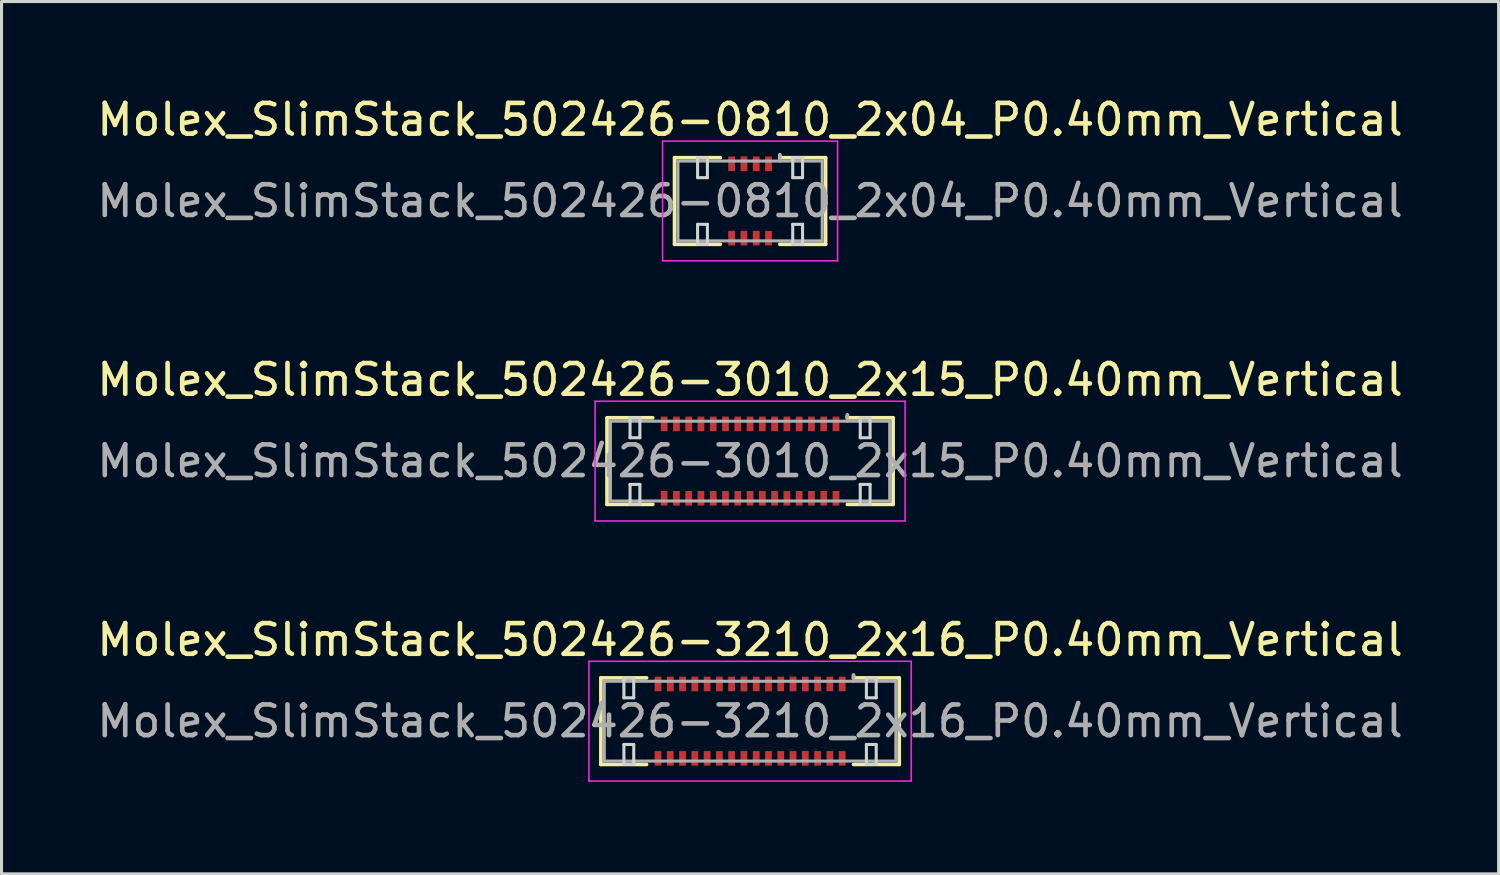
<source format=kicad_pcb>
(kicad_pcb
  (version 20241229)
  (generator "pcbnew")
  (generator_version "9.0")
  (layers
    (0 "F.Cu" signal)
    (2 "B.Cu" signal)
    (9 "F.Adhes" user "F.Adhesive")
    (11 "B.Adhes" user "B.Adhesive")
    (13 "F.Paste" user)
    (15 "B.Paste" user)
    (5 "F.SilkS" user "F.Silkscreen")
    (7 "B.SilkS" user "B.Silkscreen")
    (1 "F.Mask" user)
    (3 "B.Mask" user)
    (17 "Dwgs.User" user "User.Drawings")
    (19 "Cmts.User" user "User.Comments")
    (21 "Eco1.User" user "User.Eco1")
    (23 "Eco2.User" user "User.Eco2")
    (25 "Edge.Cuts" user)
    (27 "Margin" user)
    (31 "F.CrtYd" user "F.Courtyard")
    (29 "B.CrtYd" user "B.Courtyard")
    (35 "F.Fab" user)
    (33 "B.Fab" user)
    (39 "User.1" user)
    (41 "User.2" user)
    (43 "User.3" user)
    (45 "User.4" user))
  (footprint "Molex_SlimStack_502426-3010_2x15_P0.40mm_Vertical"
    (layer "F.Cu")
    (at 21.387 11.972)
    (property "Reference" "Molex_SlimStack_502426-3010_2x15_P0.40mm_Vertical" (at 0 -2.65 0) (layer "F.SilkS") (effects (font (size 1 1) (thickness 0.15))))
    (attr smd)
    (fp_line (start -4.66 -1.41) (end -3.17 -1.41) (stroke (width 0.12) (type solid)) (layer "F.SilkS"))
    (fp_line (start -4.66 1.41) (end -4.66 -1.41) (stroke (width 0.12) (type solid)) (layer "F.SilkS"))
    (fp_line (start -3.17 1.41) (end -4.66 1.41) (stroke (width 0.12) (type solid)) (layer "F.SilkS"))
    (fp_line (start 3.17 -1.41) (end 3.17 -1.5) (stroke (width 0.12) (type solid)) (layer "F.SilkS"))
    (fp_line (start 3.17 1.41) (end 4.66 1.41) (stroke (width 0.12) (type solid)) (layer "F.SilkS"))
    (fp_line (start 4.66 -1.41) (end 3.17 -1.41) (stroke (width 0.12) (type solid)) (layer "F.SilkS"))
    (fp_line (start 4.66 1.41) (end 4.66 -1.41) (stroke (width 0.12) (type solid)) (layer "F.SilkS"))
    (fp_line (start -3.91 -1.41) (end -3.91 -0.76) (stroke (width 0.1) (type solid)) (layer "Edge.Cuts"))
    (fp_line (start -3.91 -0.76) (end -3.59 -0.76) (stroke (width 0.1) (type solid)) (layer "Edge.Cuts"))
    (fp_line (start -3.91 0.76) (end -3.91 1.41) (stroke (width 0.1) (type solid)) (layer "Edge.Cuts"))
    (fp_line (start -3.91 1.41) (end -3.59 1.41) (stroke (width 0.1) (type solid)) (layer "Edge.Cuts"))
    (fp_line (start -3.59 -1.41) (end -3.91 -1.41) (stroke (width 0.1) (type solid)) (layer "Edge.Cuts"))
    (fp_line (start -3.59 -0.76) (end -3.59 -1.41) (stroke (width 0.1) (type solid)) (layer "Edge.Cuts"))
    (fp_line (start -3.59 0.76) (end -3.91 0.76) (stroke (width 0.1) (type solid)) (layer "Edge.Cuts"))
    (fp_line (start -3.59 1.41) (end -3.59 0.76) (stroke (width 0.1) (type solid)) (layer "Edge.Cuts"))
    (fp_line (start 3.59 -1.41) (end 3.59 -0.76) (stroke (width 0.1) (type solid)) (layer "Edge.Cuts"))
    (fp_line (start 3.59 -0.76) (end 3.91 -0.76) (stroke (width 0.1) (type solid)) (layer "Edge.Cuts"))
    (fp_line (start 3.59 0.76) (end 3.59 1.41) (stroke (width 0.1) (type solid)) (layer "Edge.Cuts"))
    (fp_line (start 3.59 1.41) (end 3.91 1.41) (stroke (width 0.1) (type solid)) (layer "Edge.Cuts"))
    (fp_line (start 3.91 -1.41) (end 3.59 -1.41) (stroke (width 0.1) (type solid)) (layer "Edge.Cuts"))
    (fp_line (start 3.91 -0.76) (end 3.91 -1.41) (stroke (width 0.1) (type solid)) (layer "Edge.Cuts"))
    (fp_line (start 3.91 0.76) (end 3.59 0.76) (stroke (width 0.1) (type solid)) (layer "Edge.Cuts"))
    (fp_line (start 3.91 1.41) (end 3.91 0.76) (stroke (width 0.1) (type solid)) (layer "Edge.Cuts"))
    (fp_line (start -5.05 -1.95) (end -5.05 1.95) (stroke (width 0.05) (type solid)) (layer "F.CrtYd"))
    (fp_line (start -5.05 1.95) (end 5.05 1.95) (stroke (width 0.05) (type solid)) (layer "F.CrtYd"))
    (fp_line (start 5.05 -1.95) (end -5.05 -1.95) (stroke (width 0.05) (type solid)) (layer "F.CrtYd"))
    (fp_line (start 5.05 1.95) (end 5.05 -1.95) (stroke (width 0.05) (type solid)) (layer "F.CrtYd"))
    (fp_line (start -4.55 -1.3) (end -4.55 1.3) (stroke (width 0.1) (type solid)) (layer "F.Fab"))
    (fp_line (start -4.55 1.3) (end 4.55 1.3) (stroke (width 0.1) (type solid)) (layer "F.Fab"))
    (fp_line (start 3.17 -1.3) (end 3.17 -1.5) (stroke (width 0.1) (type solid)) (layer "F.Fab"))
    (fp_line (start 4.55 -1.3) (end -4.55 -1.3) (stroke (width 0.1) (type solid)) (layer "F.Fab"))
    (fp_line (start 4.55 1.3) (end 4.55 -1.3) (stroke (width 0.1) (type solid)) (layer "F.Fab"))
    (fp_text user "${REFERENCE}" (at 0 0 0) (layer "F.Fab") (effects (font (size 1 1) (thickness 0.15))))
    (pad "1" smd rect (at 2.8 -1.212) (size 0.22 0.475) (layers "F.Cu" "F.Mask" "F.Paste"))
    (pad "2" smd rect (at 2.8 1.212) (size 0.22 0.475) (layers "F.Cu" "F.Mask" "F.Paste"))
    (pad "3" smd rect (at 2.4 -1.212) (size 0.22 0.475) (layers "F.Cu" "F.Mask" "F.Paste"))
    (pad "4" smd rect (at 2.4 1.212) (size 0.22 0.475) (layers "F.Cu" "F.Mask" "F.Paste"))
    (pad "5" smd rect (at 2 -1.212) (size 0.22 0.475) (layers "F.Cu" "F.Mask" "F.Paste"))
    (pad "6" smd rect (at 2 1.212) (size 0.22 0.475) (layers "F.Cu" "F.Mask" "F.Paste"))
    (pad "7" smd rect (at 1.6 -1.212) (size 0.22 0.475) (layers "F.Cu" "F.Mask" "F.Paste"))
    (pad "8" smd rect (at 1.6 1.212) (size 0.22 0.475) (layers "F.Cu" "F.Mask" "F.Paste"))
    (pad "9" smd rect (at 1.2 -1.212) (size 0.22 0.475) (layers "F.Cu" "F.Mask" "F.Paste"))
    (pad "10" smd rect (at 1.2 1.212) (size 0.22 0.475) (layers "F.Cu" "F.Mask" "F.Paste"))
    (pad "11" smd rect (at 0.8 -1.212) (size 0.22 0.475) (layers "F.Cu" "F.Mask" "F.Paste"))
    (pad "12" smd rect (at 0.8 1.212) (size 0.22 0.475) (layers "F.Cu" "F.Mask" "F.Paste"))
    (pad "13" smd rect (at 0.4 -1.212) (size 0.22 0.475) (layers "F.Cu" "F.Mask" "F.Paste"))
    (pad "14" smd rect (at 0.4 1.212) (size 0.22 0.475) (layers "F.Cu" "F.Mask" "F.Paste"))
    (pad "15" smd rect (at 0 -1.212) (size 0.22 0.475) (layers "F.Cu" "F.Mask" "F.Paste"))
    (pad "16" smd rect (at 0 1.212) (size 0.22 0.475) (layers "F.Cu" "F.Mask" "F.Paste"))
    (pad "17" smd rect (at -0.4 -1.212) (size 0.22 0.475) (layers "F.Cu" "F.Mask" "F.Paste"))
    (pad "18" smd rect (at -0.4 1.212) (size 0.22 0.475) (layers "F.Cu" "F.Mask" "F.Paste"))
    (pad "19" smd rect (at -0.8 -1.212) (size 0.22 0.475) (layers "F.Cu" "F.Mask" "F.Paste"))
    (pad "20" smd rect (at -0.8 1.212) (size 0.22 0.475) (layers "F.Cu" "F.Mask" "F.Paste"))
    (pad "21" smd rect (at -1.2 -1.212) (size 0.22 0.475) (layers "F.Cu" "F.Mask" "F.Paste"))
    (pad "22" smd rect (at -1.2 1.212) (size 0.22 0.475) (layers "F.Cu" "F.Mask" "F.Paste"))
    (pad "23" smd rect (at -1.6 -1.212) (size 0.22 0.475) (layers "F.Cu" "F.Mask" "F.Paste"))
    (pad "24" smd rect (at -1.6 1.212) (size 0.22 0.475) (layers "F.Cu" "F.Mask" "F.Paste"))
    (pad "25" smd rect (at -2 -1.212) (size 0.22 0.475) (layers "F.Cu" "F.Mask" "F.Paste"))
    (pad "26" smd rect (at -2 1.212) (size 0.22 0.475) (layers "F.Cu" "F.Mask" "F.Paste"))
    (pad "27" smd rect (at -2.4 -1.212) (size 0.22 0.475) (layers "F.Cu" "F.Mask" "F.Paste"))
    (pad "28" smd rect (at -2.4 1.212) (size 0.22 0.475) (layers "F.Cu" "F.Mask" "F.Paste"))
    (pad "29" smd rect (at -2.8 -1.212) (size 0.22 0.475) (layers "F.Cu" "F.Mask" "F.Paste"))
    (pad "30" smd rect (at -2.8 1.212) (size 0.22 0.475) (layers "F.Cu" "F.Mask" "F.Paste")))
  (footprint "Molex_SlimStack_502426-3210_2x16_P0.40mm_Vertical"
    (layer "F.Cu")
    (at 21.387 20.445)
    (property "Reference" "Molex_SlimStack_502426-3210_2x16_P0.40mm_Vertical" (at 0 -2.65 0) (layer "F.SilkS") (effects (font (size 1 1) (thickness 0.15))))
    (attr smd)
    (fp_line (start -4.86 -1.41) (end -3.37 -1.41) (stroke (width 0.12) (type solid)) (layer "F.SilkS"))
    (fp_line (start -4.86 1.41) (end -4.86 -1.41) (stroke (width 0.12) (type solid)) (layer "F.SilkS"))
    (fp_line (start -3.37 1.41) (end -4.86 1.41) (stroke (width 0.12) (type solid)) (layer "F.SilkS"))
    (fp_line (start 3.37 -1.41) (end 3.37 -1.5) (stroke (width 0.12) (type solid)) (layer "F.SilkS"))
    (fp_line (start 3.37 1.41) (end 4.86 1.41) (stroke (width 0.12) (type solid)) (layer "F.SilkS"))
    (fp_line (start 4.86 -1.41) (end 3.37 -1.41) (stroke (width 0.12) (type solid)) (layer "F.SilkS"))
    (fp_line (start 4.86 1.41) (end 4.86 -1.41) (stroke (width 0.12) (type solid)) (layer "F.SilkS"))
    (fp_line (start -4.11 -1.41) (end -4.11 -0.76) (stroke (width 0.1) (type solid)) (layer "Edge.Cuts"))
    (fp_line (start -4.11 -0.76) (end -3.79 -0.76) (stroke (width 0.1) (type solid)) (layer "Edge.Cuts"))
    (fp_line (start -4.11 0.76) (end -4.11 1.41) (stroke (width 0.1) (type solid)) (layer "Edge.Cuts"))
    (fp_line (start -4.11 1.41) (end -3.79 1.41) (stroke (width 0.1) (type solid)) (layer "Edge.Cuts"))
    (fp_line (start -3.79 -1.41) (end -4.11 -1.41) (stroke (width 0.1) (type solid)) (layer "Edge.Cuts"))
    (fp_line (start -3.79 -0.76) (end -3.79 -1.41) (stroke (width 0.1) (type solid)) (layer "Edge.Cuts"))
    (fp_line (start -3.79 0.76) (end -4.11 0.76) (stroke (width 0.1) (type solid)) (layer "Edge.Cuts"))
    (fp_line (start -3.79 1.41) (end -3.79 0.76) (stroke (width 0.1) (type solid)) (layer "Edge.Cuts"))
    (fp_line (start 3.79 -1.41) (end 3.79 -0.76) (stroke (width 0.1) (type solid)) (layer "Edge.Cuts"))
    (fp_line (start 3.79 -0.76) (end 4.11 -0.76) (stroke (width 0.1) (type solid)) (layer "Edge.Cuts"))
    (fp_line (start 3.79 0.76) (end 3.79 1.41) (stroke (width 0.1) (type solid)) (layer "Edge.Cuts"))
    (fp_line (start 3.79 1.41) (end 4.11 1.41) (stroke (width 0.1) (type solid)) (layer "Edge.Cuts"))
    (fp_line (start 4.11 -1.41) (end 3.79 -1.41) (stroke (width 0.1) (type solid)) (layer "Edge.Cuts"))
    (fp_line (start 4.11 -0.76) (end 4.11 -1.41) (stroke (width 0.1) (type solid)) (layer "Edge.Cuts"))
    (fp_line (start 4.11 0.76) (end 3.79 0.76) (stroke (width 0.1) (type solid)) (layer "Edge.Cuts"))
    (fp_line (start 4.11 1.41) (end 4.11 0.76) (stroke (width 0.1) (type solid)) (layer "Edge.Cuts"))
    (fp_line (start -5.25 -1.95) (end -5.25 1.95) (stroke (width 0.05) (type solid)) (layer "F.CrtYd"))
    (fp_line (start -5.25 1.95) (end 5.25 1.95) (stroke (width 0.05) (type solid)) (layer "F.CrtYd"))
    (fp_line (start 5.25 -1.95) (end -5.25 -1.95) (stroke (width 0.05) (type solid)) (layer "F.CrtYd"))
    (fp_line (start 5.25 1.95) (end 5.25 -1.95) (stroke (width 0.05) (type solid)) (layer "F.CrtYd"))
    (fp_line (start -4.75 -1.3) (end -4.75 1.3) (stroke (width 0.1) (type solid)) (layer "F.Fab"))
    (fp_line (start -4.75 1.3) (end 4.75 1.3) (stroke (width 0.1) (type solid)) (layer "F.Fab"))
    (fp_line (start 3.37 -1.3) (end 3.37 -1.5) (stroke (width 0.1) (type solid)) (layer "F.Fab"))
    (fp_line (start 4.75 -1.3) (end -4.75 -1.3) (stroke (width 0.1) (type solid)) (layer "F.Fab"))
    (fp_line (start 4.75 1.3) (end 4.75 -1.3) (stroke (width 0.1) (type solid)) (layer "F.Fab"))
    (fp_text user "${REFERENCE}" (at 0 0 0) (layer "F.Fab") (effects (font (size 1 1) (thickness 0.15))))
    (pad "1" smd rect (at 3 -1.212) (size 0.22 0.475) (layers "F.Cu" "F.Mask" "F.Paste"))
    (pad "2" smd rect (at 3 1.212) (size 0.22 0.475) (layers "F.Cu" "F.Mask" "F.Paste"))
    (pad "3" smd rect (at 2.6 -1.212) (size 0.22 0.475) (layers "F.Cu" "F.Mask" "F.Paste"))
    (pad "4" smd rect (at 2.6 1.212) (size 0.22 0.475) (layers "F.Cu" "F.Mask" "F.Paste"))
    (pad "5" smd rect (at 2.2 -1.212) (size 0.22 0.475) (layers "F.Cu" "F.Mask" "F.Paste"))
    (pad "6" smd rect (at 2.2 1.212) (size 0.22 0.475) (layers "F.Cu" "F.Mask" "F.Paste"))
    (pad "7" smd rect (at 1.8 -1.212) (size 0.22 0.475) (layers "F.Cu" "F.Mask" "F.Paste"))
    (pad "8" smd rect (at 1.8 1.212) (size 0.22 0.475) (layers "F.Cu" "F.Mask" "F.Paste"))
    (pad "9" smd rect (at 1.4 -1.212) (size 0.22 0.475) (layers "F.Cu" "F.Mask" "F.Paste"))
    (pad "10" smd rect (at 1.4 1.212) (size 0.22 0.475) (layers "F.Cu" "F.Mask" "F.Paste"))
    (pad "11" smd rect (at 1 -1.212) (size 0.22 0.475) (layers "F.Cu" "F.Mask" "F.Paste"))
    (pad "12" smd rect (at 1 1.212) (size 0.22 0.475) (layers "F.Cu" "F.Mask" "F.Paste"))
    (pad "13" smd rect (at 0.6 -1.212) (size 0.22 0.475) (layers "F.Cu" "F.Mask" "F.Paste"))
    (pad "14" smd rect (at 0.6 1.212) (size 0.22 0.475) (layers "F.Cu" "F.Mask" "F.Paste"))
    (pad "15" smd rect (at 0.2 -1.212) (size 0.22 0.475) (layers "F.Cu" "F.Mask" "F.Paste"))
    (pad "16" smd rect (at 0.2 1.212) (size 0.22 0.475) (layers "F.Cu" "F.Mask" "F.Paste"))
    (pad "17" smd rect (at -0.2 -1.212) (size 0.22 0.475) (layers "F.Cu" "F.Mask" "F.Paste"))
    (pad "18" smd rect (at -0.2 1.212) (size 0.22 0.475) (layers "F.Cu" "F.Mask" "F.Paste"))
    (pad "19" smd rect (at -0.6 -1.212) (size 0.22 0.475) (layers "F.Cu" "F.Mask" "F.Paste"))
    (pad "20" smd rect (at -0.6 1.212) (size 0.22 0.475) (layers "F.Cu" "F.Mask" "F.Paste"))
    (pad "21" smd rect (at -1 -1.212) (size 0.22 0.475) (layers "F.Cu" "F.Mask" "F.Paste"))
    (pad "22" smd rect (at -1 1.212) (size 0.22 0.475) (layers "F.Cu" "F.Mask" "F.Paste"))
    (pad "23" smd rect (at -1.4 -1.212) (size 0.22 0.475) (layers "F.Cu" "F.Mask" "F.Paste"))
    (pad "24" smd rect (at -1.4 1.212) (size 0.22 0.475) (layers "F.Cu" "F.Mask" "F.Paste"))
    (pad "25" smd rect (at -1.8 -1.212) (size 0.22 0.475) (layers "F.Cu" "F.Mask" "F.Paste"))
    (pad "26" smd rect (at -1.8 1.212) (size 0.22 0.475) (layers "F.Cu" "F.Mask" "F.Paste"))
    (pad "27" smd rect (at -2.2 -1.212) (size 0.22 0.475) (layers "F.Cu" "F.Mask" "F.Paste"))
    (pad "28" smd rect (at -2.2 1.212) (size 0.22 0.475) (layers "F.Cu" "F.Mask" "F.Paste"))
    (pad "29" smd rect (at -2.6 -1.212) (size 0.22 0.475) (layers "F.Cu" "F.Mask" "F.Paste"))
    (pad "30" smd rect (at -2.6 1.212) (size 0.22 0.475) (layers "F.Cu" "F.Mask" "F.Paste"))
    (pad "31" smd rect (at -3 -1.212) (size 0.22 0.475) (layers "F.Cu" "F.Mask" "F.Paste"))
    (pad "32" smd rect (at -3 1.212) (size 0.22 0.475) (layers "F.Cu" "F.Mask" "F.Paste")))
  (footprint "Molex_SlimStack_502426-0810_2x04_P0.40mm_Vertical"
    (layer "F.Cu")
    (at 21.387 3.498)
    (property "Reference" "Molex_SlimStack_502426-0810_2x04_P0.40mm_Vertical" (at 0 -2.65 0) (layer "F.SilkS") (effects (font (size 1 1) (thickness 0.15))))
    (attr smd)
    (fp_line (start -2.46 -1.41) (end -0.97 -1.41) (stroke (width 0.12) (type solid)) (layer "F.SilkS"))
    (fp_line (start -2.46 1.41) (end -2.46 -1.41) (stroke (width 0.12) (type solid)) (layer "F.SilkS"))
    (fp_line (start -0.97 1.41) (end -2.46 1.41) (stroke (width 0.12) (type solid)) (layer "F.SilkS"))
    (fp_line (start 0.97 -1.41) (end 0.97 -1.5) (stroke (width 0.12) (type solid)) (layer "F.SilkS"))
    (fp_line (start 0.97 1.41) (end 2.46 1.41) (stroke (width 0.12) (type solid)) (layer "F.SilkS"))
    (fp_line (start 2.46 -1.41) (end 0.97 -1.41) (stroke (width 0.12) (type solid)) (layer "F.SilkS"))
    (fp_line (start 2.46 1.41) (end 2.46 -1.41) (stroke (width 0.12) (type solid)) (layer "F.SilkS"))
    (fp_line (start -1.71 -1.41) (end -1.71 -0.76) (stroke (width 0.1) (type solid)) (layer "Edge.Cuts"))
    (fp_line (start -1.71 -0.76) (end -1.39 -0.76) (stroke (width 0.1) (type solid)) (layer "Edge.Cuts"))
    (fp_line (start -1.71 0.76) (end -1.71 1.41) (stroke (width 0.1) (type solid)) (layer "Edge.Cuts"))
    (fp_line (start -1.71 1.41) (end -1.39 1.41) (stroke (width 0.1) (type solid)) (layer "Edge.Cuts"))
    (fp_line (start -1.39 -1.41) (end -1.71 -1.41) (stroke (width 0.1) (type solid)) (layer "Edge.Cuts"))
    (fp_line (start -1.39 -0.76) (end -1.39 -1.41) (stroke (width 0.1) (type solid)) (layer "Edge.Cuts"))
    (fp_line (start -1.39 0.76) (end -1.71 0.76) (stroke (width 0.1) (type solid)) (layer "Edge.Cuts"))
    (fp_line (start -1.39 1.41) (end -1.39 0.76) (stroke (width 0.1) (type solid)) (layer "Edge.Cuts"))
    (fp_line (start 1.39 -1.41) (end 1.39 -0.76) (stroke (width 0.1) (type solid)) (layer "Edge.Cuts"))
    (fp_line (start 1.39 -0.76) (end 1.71 -0.76) (stroke (width 0.1) (type solid)) (layer "Edge.Cuts"))
    (fp_line (start 1.39 0.76) (end 1.39 1.41) (stroke (width 0.1) (type solid)) (layer "Edge.Cuts"))
    (fp_line (start 1.39 1.41) (end 1.71 1.41) (stroke (width 0.1) (type solid)) (layer "Edge.Cuts"))
    (fp_line (start 1.71 -1.41) (end 1.39 -1.41) (stroke (width 0.1) (type solid)) (layer "Edge.Cuts"))
    (fp_line (start 1.71 -0.76) (end 1.71 -1.41) (stroke (width 0.1) (type solid)) (layer "Edge.Cuts"))
    (fp_line (start 1.71 0.76) (end 1.39 0.76) (stroke (width 0.1) (type solid)) (layer "Edge.Cuts"))
    (fp_line (start 1.71 1.41) (end 1.71 0.76) (stroke (width 0.1) (type solid)) (layer "Edge.Cuts"))
    (fp_line (start -2.85 -1.95) (end -2.85 1.95) (stroke (width 0.05) (type solid)) (layer "F.CrtYd"))
    (fp_line (start -2.85 1.95) (end 2.85 1.95) (stroke (width 0.05) (type solid)) (layer "F.CrtYd"))
    (fp_line (start 2.85 -1.95) (end -2.85 -1.95) (stroke (width 0.05) (type solid)) (layer "F.CrtYd"))
    (fp_line (start 2.85 1.95) (end 2.85 -1.95) (stroke (width 0.05) (type solid)) (layer "F.CrtYd"))
    (fp_line (start -2.35 -1.3) (end -2.35 1.3) (stroke (width 0.1) (type solid)) (layer "F.Fab"))
    (fp_line (start -2.35 1.3) (end 2.35 1.3) (stroke (width 0.1) (type solid)) (layer "F.Fab"))
    (fp_line (start 0.97 -1.3) (end 0.97 -1.5) (stroke (width 0.1) (type solid)) (layer "F.Fab"))
    (fp_line (start 2.35 -1.3) (end -2.35 -1.3) (stroke (width 0.1) (type solid)) (layer "F.Fab"))
    (fp_line (start 2.35 1.3) (end 2.35 -1.3) (stroke (width 0.1) (type solid)) (layer "F.Fab"))
    (fp_text user "${REFERENCE}" (at 0 0 0) (layer "F.Fab") (effects (font (size 1 1) (thickness 0.15))))
    (pad "1" smd rect (at 0.6 -1.212) (size 0.22 0.475) (layers "F.Cu" "F.Mask" "F.Paste"))
    (pad "2" smd rect (at 0.6 1.212) (size 0.22 0.475) (layers "F.Cu" "F.Mask" "F.Paste"))
    (pad "3" smd rect (at 0.2 -1.212) (size 0.22 0.475) (layers "F.Cu" "F.Mask" "F.Paste"))
    (pad "4" smd rect (at 0.2 1.212) (size 0.22 0.475) (layers "F.Cu" "F.Mask" "F.Paste"))
    (pad "5" smd rect (at -0.2 -1.212) (size 0.22 0.475) (layers "F.Cu" "F.Mask" "F.Paste"))
    (pad "6" smd rect (at -0.2 1.212) (size 0.22 0.475) (layers "F.Cu" "F.Mask" "F.Paste"))
    (pad "7" smd rect (at -0.6 -1.212) (size 0.22 0.475) (layers "F.Cu" "F.Mask" "F.Paste"))
    (pad "8" smd rect (at -0.6 1.212) (size 0.22 0.475) (layers "F.Cu" "F.Mask" "F.Paste")))
  (gr_rect
    (start -3 -3)
    (end 45.774 25.42)
    (stroke (width 0.1) (type default))
    (fill no)
    (layer "Edge.Cuts")))
</source>
